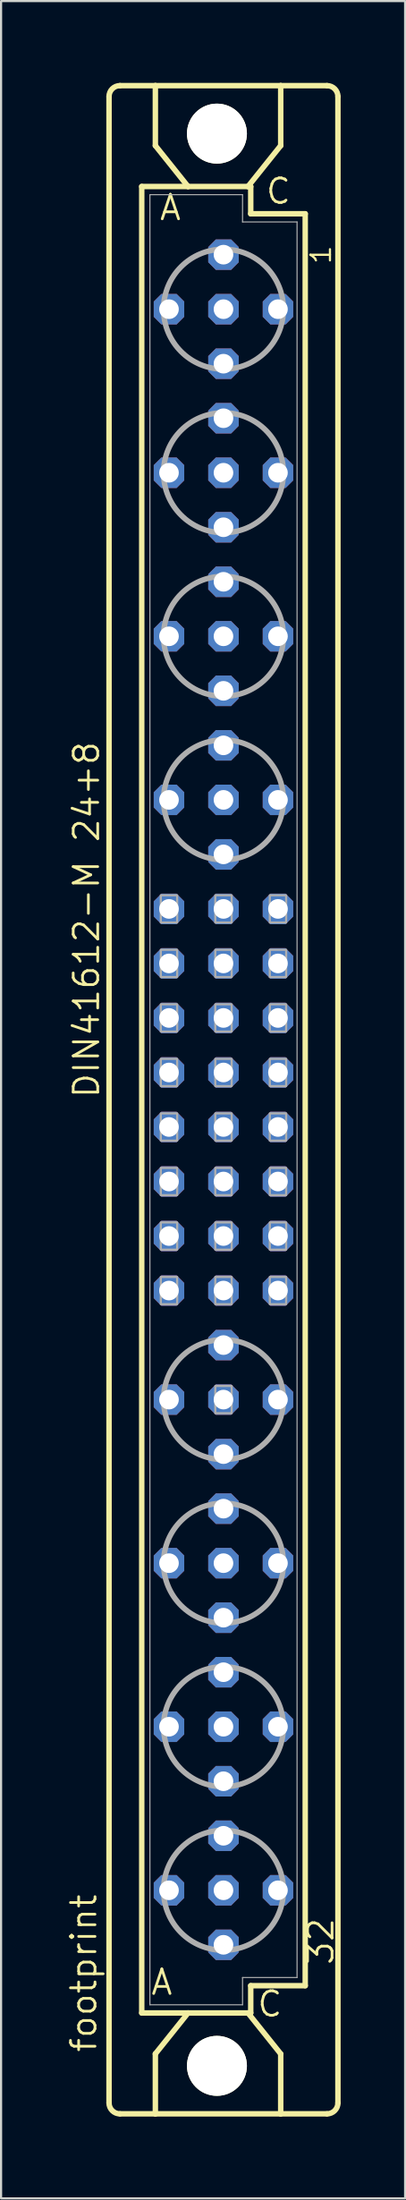
<source format=kicad_pcb>
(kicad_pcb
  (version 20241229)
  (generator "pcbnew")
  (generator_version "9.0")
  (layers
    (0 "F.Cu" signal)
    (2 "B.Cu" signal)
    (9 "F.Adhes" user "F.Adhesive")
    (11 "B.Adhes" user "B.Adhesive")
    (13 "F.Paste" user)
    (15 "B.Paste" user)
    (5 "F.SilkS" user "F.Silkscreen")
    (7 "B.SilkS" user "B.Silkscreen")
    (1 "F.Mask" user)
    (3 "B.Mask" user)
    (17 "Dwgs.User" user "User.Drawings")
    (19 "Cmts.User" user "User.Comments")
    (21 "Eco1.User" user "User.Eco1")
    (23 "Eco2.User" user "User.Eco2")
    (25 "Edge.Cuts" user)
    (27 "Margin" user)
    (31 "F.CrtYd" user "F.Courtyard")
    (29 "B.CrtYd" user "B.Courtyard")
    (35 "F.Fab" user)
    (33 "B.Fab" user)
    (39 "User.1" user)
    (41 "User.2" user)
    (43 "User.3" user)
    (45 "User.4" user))
  (footprint "footprint"
    (layer "F.Cu")
    (at 7.366 48.184)
    (property "Reference" "footprint" (at -5.842 44.45 90) (layer "F.SilkS") (effects (font (size 1.143 1.143) (thickness 0.127)) (justify left bottom)))
    (fp_line (start -5.334 46.736) (end -5.334 -46.736) (stroke (width 0.254) (type solid)) (layer "F.SilkS"))
    (fp_line (start -4.826 -47.244) (end -3.175 -47.244) (stroke (width 0.254) (type solid)) (layer "F.SilkS"))
    (fp_line (start -4.826 47.244) (end -3.175 47.244) (stroke (width 0.254) (type solid)) (layer "F.SilkS"))
    (fp_line (start -3.81 -42.545) (end -3.81 42.545) (stroke (width 0.254) (type solid)) (layer "F.SilkS"))
    (fp_line (start -3.81 42.545) (end -1.651 42.545) (stroke (width 0.254) (type solid)) (layer "F.SilkS"))
    (fp_line (start -3.175 -47.244) (end -3.175 -44.45) (stroke (width 0.254) (type solid)) (layer "F.SilkS"))
    (fp_line (start -3.175 47.244) (end -3.175 44.45) (stroke (width 0.254) (type solid)) (layer "F.SilkS"))
    (fp_line (start -3.175 47.244) (end 2.667 47.244) (stroke (width 0.254) (type solid)) (layer "F.SilkS"))
    (fp_line (start -1.651 -42.545) (end -3.81 -42.545) (stroke (width 0.254) (type solid)) (layer "F.SilkS"))
    (fp_line (start -1.651 -42.545) (end -3.175 -44.45) (stroke (width 0.254) (type solid)) (layer "F.SilkS"))
    (fp_line (start -1.651 42.545) (end -3.175 44.45) (stroke (width 0.254) (type solid)) (layer "F.SilkS"))
    (fp_line (start -1.651 42.545) (end 1.143 42.545) (stroke (width 0.254) (type solid)) (layer "F.SilkS"))
    (fp_line (start 1.143 -42.545) (end -1.651 -42.545) (stroke (width 0.254) (type solid)) (layer "F.SilkS"))
    (fp_line (start 1.143 -42.545) (end 2.667 -44.45) (stroke (width 0.254) (type solid)) (layer "F.SilkS"))
    (fp_line (start 1.143 42.545) (end 1.27 42.545) (stroke (width 0.254) (type solid)) (layer "F.SilkS"))
    (fp_line (start 1.143 42.545) (end 2.667 44.45) (stroke (width 0.254) (type solid)) (layer "F.SilkS"))
    (fp_line (start 1.27 -42.545) (end 1.143 -42.545) (stroke (width 0.254) (type solid)) (layer "F.SilkS"))
    (fp_line (start 1.27 -41.275) (end 1.27 -42.545) (stroke (width 0.254) (type solid)) (layer "F.SilkS"))
    (fp_line (start 1.27 41.275) (end 3.81 41.275) (stroke (width 0.254) (type solid)) (layer "F.SilkS"))
    (fp_line (start 1.27 42.545) (end 1.27 41.275) (stroke (width 0.254) (type solid)) (layer "F.SilkS"))
    (fp_line (start 2.667 -47.244) (end -3.175 -47.244) (stroke (width 0.254) (type solid)) (layer "F.SilkS"))
    (fp_line (start 2.667 -47.244) (end 2.667 -44.45) (stroke (width 0.254) (type solid)) (layer "F.SilkS"))
    (fp_line (start 2.667 47.244) (end 2.667 44.45) (stroke (width 0.254) (type solid)) (layer "F.SilkS"))
    (fp_line (start 2.667 47.244) (end 4.826 47.244) (stroke (width 0.254) (type solid)) (layer "F.SilkS"))
    (fp_line (start 3.81 -41.275) (end 1.27 -41.275) (stroke (width 0.254) (type solid)) (layer "F.SilkS"))
    (fp_line (start 3.81 41.275) (end 3.81 -41.275) (stroke (width 0.254) (type solid)) (layer "F.SilkS"))
    (fp_line (start 4.826 -47.244) (end 2.667 -47.244) (stroke (width 0.254) (type solid)) (layer "F.SilkS"))
    (fp_line (start 5.334 46.736) (end 5.334 -46.736) (stroke (width 0.254) (type solid)) (layer "F.SilkS"))
    (fp_arc (start -5.334 -46.736) (mid -5.18521 -47.09521) (end -4.826 -47.244) (stroke (width 0.254) (type solid)) (layer "F.SilkS"))
    (fp_arc (start -4.826 47.244) (mid -5.18521 47.09521) (end -5.334 46.736) (stroke (width 0.254) (type solid)) (layer "F.SilkS"))
    (fp_arc (start 4.826 -47.244) (mid 5.18521 -47.09521) (end 5.334 -46.736) (stroke (width 0.254) (type solid)) (layer "F.SilkS"))
    (fp_arc (start 5.334 46.736) (mid 5.18521 47.09521) (end 4.826 47.244) (stroke (width 0.254) (type solid)) (layer "F.SilkS"))
    (fp_circle (center -0.305 -45.009) (end 0.965 -45.009) (stroke (width 0.254) (type solid)) (fill no) (layer "F.SilkS"))
    (fp_circle (center -0.305 45.009) (end 0.965 45.009) (stroke (width 0.254) (type solid)) (fill no) (layer "F.SilkS"))
    (fp_line (start -3.429 -42.164) (end -3.429 42.164) (stroke (width 0.051) (type solid)) (layer "F.Fab"))
    (fp_line (start -3.429 -42.164) (end 0.889 -42.164) (stroke (width 0.051) (type solid)) (layer "F.Fab"))
    (fp_line (start -3.429 42.164) (end 0.889 42.164) (stroke (width 0.051) (type solid)) (layer "F.Fab"))
    (fp_line (start 0.889 -42.164) (end 0.889 -40.894) (stroke (width 0.051) (type solid)) (layer "F.Fab"))
    (fp_line (start 0.889 -40.894) (end 3.429 -40.894) (stroke (width 0.051) (type solid)) (layer "F.Fab"))
    (fp_line (start 0.889 40.894) (end 3.429 40.894) (stroke (width 0.051) (type solid)) (layer "F.Fab"))
    (fp_line (start 0.889 42.164) (end 0.889 40.894) (stroke (width 0.051) (type solid)) (layer "F.Fab"))
    (fp_line (start 3.429 -40.894) (end 3.429 40.894) (stroke (width 0.051) (type solid)) (layer "F.Fab"))
    (fp_circle (center 0 -36.83) (end 2.794 -36.83) (stroke (width 0.254) (type solid)) (fill no) (layer "F.Fab"))
    (fp_circle (center 0 -29.21) (end 2.794 -29.21) (stroke (width 0.254) (type solid)) (fill no) (layer "F.Fab"))
    (fp_circle (center 0 -21.59) (end 2.794 -21.59) (stroke (width 0.254) (type solid)) (fill no) (layer "F.Fab"))
    (fp_circle (center 0 -13.97) (end 2.794 -13.97) (stroke (width 0.254) (type solid)) (fill no) (layer "F.Fab"))
    (fp_circle (center 0 13.97) (end 2.794 13.97) (stroke (width 0.254) (type solid)) (fill no) (layer "F.Fab"))
    (fp_circle (center 0 21.59) (end 2.794 21.59) (stroke (width 0.254) (type solid)) (fill no) (layer "F.Fab"))
    (fp_circle (center 0 29.21) (end 2.794 29.21) (stroke (width 0.254) (type solid)) (fill no) (layer "F.Fab"))
    (fp_circle (center 0 36.83) (end 2.794 36.83) (stroke (width 0.254) (type solid)) (fill no) (layer "F.Fab"))
    (fp_poly (pts (xy -2.921 -8.255) (xy -2.159 -8.255) (xy -2.159 -9.525) (xy -2.921 -9.525)) (stroke (width 0.1) (type solid)) (fill no) (layer "F.Fab"))
    (fp_poly (pts (xy -2.921 -5.715) (xy -2.159 -5.715) (xy -2.159 -6.985) (xy -2.921 -6.985)) (stroke (width 0.1) (type solid)) (fill no) (layer "F.Fab"))
    (fp_poly (pts (xy -2.921 -3.175) (xy -2.159 -3.175) (xy -2.159 -4.445) (xy -2.921 -4.445)) (stroke (width 0.1) (type solid)) (fill no) (layer "F.Fab"))
    (fp_poly (pts (xy -2.921 -0.635) (xy -2.159 -0.635) (xy -2.159 -1.905) (xy -2.921 -1.905)) (stroke (width 0.1) (type solid)) (fill no) (layer "F.Fab"))
    (fp_poly (pts (xy -2.921 1.905) (xy -2.159 1.905) (xy -2.159 0.635) (xy -2.921 0.635)) (stroke (width 0.1) (type solid)) (fill no) (layer "F.Fab"))
    (fp_poly (pts (xy -2.921 4.445) (xy -2.159 4.445) (xy -2.159 3.175) (xy -2.921 3.175)) (stroke (width 0.1) (type solid)) (fill no) (layer "F.Fab"))
    (fp_poly (pts (xy -2.921 6.985) (xy -2.159 6.985) (xy -2.159 5.715) (xy -2.921 5.715)) (stroke (width 0.1) (type solid)) (fill no) (layer "F.Fab"))
    (fp_poly (pts (xy -2.921 9.525) (xy -2.159 9.525) (xy -2.159 8.255) (xy -2.921 8.255)) (stroke (width 0.1) (type solid)) (fill no) (layer "F.Fab"))
    (fp_poly (pts (xy -0.381 -8.255) (xy 0.381 -8.255) (xy 0.381 -9.525) (xy -0.381 -9.525)) (stroke (width 0.1) (type solid)) (fill no) (layer "F.Fab"))
    (fp_poly (pts (xy -0.381 -5.715) (xy 0.381 -5.715) (xy 0.381 -6.985) (xy -0.381 -6.985)) (stroke (width 0.1) (type solid)) (fill no) (layer "F.Fab"))
    (fp_poly (pts (xy -0.381 -3.175) (xy 0.381 -3.175) (xy 0.381 -4.445) (xy -0.381 -4.445)) (stroke (width 0.1) (type solid)) (fill no) (layer "F.Fab"))
    (fp_poly (pts (xy -0.381 -0.635) (xy 0.381 -0.635) (xy 0.381 -1.905) (xy -0.381 -1.905)) (stroke (width 0.1) (type solid)) (fill no) (layer "F.Fab"))
    (fp_poly (pts (xy -0.381 1.905) (xy 0.381 1.905) (xy 0.381 0.635) (xy -0.381 0.635)) (stroke (width 0.1) (type solid)) (fill no) (layer "F.Fab"))
    (fp_poly (pts (xy -0.381 4.445) (xy 0.381 4.445) (xy 0.381 3.175) (xy -0.381 3.175)) (stroke (width 0.1) (type solid)) (fill no) (layer "F.Fab"))
    (fp_poly (pts (xy -0.381 6.985) (xy 0.381 6.985) (xy 0.381 5.715) (xy -0.381 5.715)) (stroke (width 0.1) (type solid)) (fill no) (layer "F.Fab"))
    (fp_poly (pts (xy -0.381 9.525) (xy 0.381 9.525) (xy 0.381 8.255) (xy -0.381 8.255)) (stroke (width 0.1) (type solid)) (fill no) (layer "F.Fab"))
    (fp_poly (pts (xy -0.381 14.605) (xy 0.381 14.605) (xy 0.381 13.335) (xy -0.381 13.335)) (stroke (width 0.1) (type solid)) (fill no) (layer "F.Fab"))
    (fp_poly (pts (xy 2.159 -8.255) (xy 2.921 -8.255) (xy 2.921 -9.525) (xy 2.159 -9.525)) (stroke (width 0.1) (type solid)) (fill no) (layer "F.Fab"))
    (fp_poly (pts (xy 2.159 -5.715) (xy 2.921 -5.715) (xy 2.921 -6.985) (xy 2.159 -6.985)) (stroke (width 0.1) (type solid)) (fill no) (layer "F.Fab"))
    (fp_poly (pts (xy 2.159 -3.175) (xy 2.921 -3.175) (xy 2.921 -4.445) (xy 2.159 -4.445)) (stroke (width 0.1) (type solid)) (fill no) (layer "F.Fab"))
    (fp_poly (pts (xy 2.159 -0.635) (xy 2.921 -0.635) (xy 2.921 -1.905) (xy 2.159 -1.905)) (stroke (width 0.1) (type solid)) (fill no) (layer "F.Fab"))
    (fp_poly (pts (xy 2.159 1.905) (xy 2.921 1.905) (xy 2.921 0.635) (xy 2.159 0.635)) (stroke (width 0.1) (type solid)) (fill no) (layer "F.Fab"))
    (fp_poly (pts (xy 2.159 4.445) (xy 2.921 4.445) (xy 2.921 3.175) (xy 2.159 3.175)) (stroke (width 0.1) (type solid)) (fill no) (layer "F.Fab"))
    (fp_poly (pts (xy 2.159 6.985) (xy 2.921 6.985) (xy 2.921 5.715) (xy 2.159 5.715)) (stroke (width 0.1) (type solid)) (fill no) (layer "F.Fab"))
    (fp_poly (pts (xy 2.159 9.525) (xy 2.921 9.525) (xy 2.921 8.255) (xy 2.159 8.255)) (stroke (width 0.1) (type solid)) (fill no) (layer "F.Fab"))
    (fp_text user "DIN41612-M 24+8" (at -5.715 0 90) (layer "F.SilkS") (effects (font (size 1.143 1.143) (thickness 0.127)) (justify left bottom)))
    (fp_text user "1" (at 5.08 -38.862 90) (layer "F.SilkS") (effects (font (size 0.914 0.914) (thickness 0.102)) (justify left bottom)))
    (fp_text user " A " (at -4.318 41.783 0) (layer "F.SilkS") (effects (font (size 1.143 1.143) (thickness 0.127)) (justify left bottom)))
    (fp_text user "C" (at 1.905 -41.656 0) (layer "F.SilkS") (effects (font (size 1.143 1.143) (thickness 0.127)) (justify left bottom)))
    (fp_text user "A" (at -3.048 -40.894 0) (layer "F.SilkS") (effects (font (size 1.143 1.143) (thickness 0.127)) (justify left bottom)))
    (fp_text user " C " (at 0.635 42.799 0) (layer "F.SilkS") (effects (font (size 1.143 1.143) (thickness 0.127)) (justify left bottom)))
    (fp_text user "32" (at 5.207 40.386 90) (layer "F.SilkS") (effects (font (size 1.143 1.143) (thickness 0.127)) (justify left bottom)))
    (pad "" np_thru_hole circle (at -0.305 -45.009) (size 2.794 2.794) (drill 2.794) (layers "*.Cu" "*.Mask"))
    (pad "" np_thru_hole circle (at -0.305 45.009) (size 2.794 2.794) (drill 2.794) (layers "*.Cu" "*.Mask"))
    (pad "A2" thru_hole roundrect (at -2.54 -36.83) (size 1.422 1.422) (drill 0.914) (layers "*.Cu" "*.Mask") (roundrect_rratio 0.25) (chamfer_ratio 0.25) (chamfer top_left top_right bottom_left bottom_right))
    (pad "A5" thru_hole roundrect (at -2.54 -29.21) (size 1.422 1.422) (drill 0.914) (layers "*.Cu" "*.Mask") (roundrect_rratio 0.25) (chamfer_ratio 0.25) (chamfer top_left top_right bottom_left bottom_right))
    (pad "A8" thru_hole roundrect (at -2.54 -21.59) (size 1.422 1.422) (drill 0.914) (layers "*.Cu" "*.Mask") (roundrect_rratio 0.25) (chamfer_ratio 0.25) (chamfer top_left top_right bottom_left bottom_right))
    (pad "A11" thru_hole roundrect (at -2.54 -13.97) (size 1.422 1.422) (drill 0.914) (layers "*.Cu" "*.Mask") (roundrect_rratio 0.25) (chamfer_ratio 0.25) (chamfer top_left top_right bottom_left bottom_right))
    (pad "A13" thru_hole roundrect (at -2.54 -8.89) (size 1.422 1.422) (drill 0.914) (layers "*.Cu" "*.Mask") (roundrect_rratio 0.25) (chamfer_ratio 0.25) (chamfer top_left top_right bottom_left bottom_right))
    (pad "A14" thru_hole roundrect (at -2.54 -6.35) (size 1.422 1.422) (drill 0.914) (layers "*.Cu" "*.Mask") (roundrect_rratio 0.25) (chamfer_ratio 0.25) (chamfer top_left top_right bottom_left bottom_right))
    (pad "A15" thru_hole roundrect (at -2.54 -3.81) (size 1.422 1.422) (drill 0.914) (layers "*.Cu" "*.Mask") (roundrect_rratio 0.25) (chamfer_ratio 0.25) (chamfer top_left top_right bottom_left bottom_right))
    (pad "A16" thru_hole roundrect (at -2.54 -1.27) (size 1.422 1.422) (drill 0.914) (layers "*.Cu" "*.Mask") (roundrect_rratio 0.25) (chamfer_ratio 0.25) (chamfer top_left top_right bottom_left bottom_right))
    (pad "A17" thru_hole roundrect (at -2.54 1.27) (size 1.422 1.422) (drill 0.914) (layers "*.Cu" "*.Mask") (roundrect_rratio 0.25) (chamfer_ratio 0.25) (chamfer top_left top_right bottom_left bottom_right))
    (pad "A18" thru_hole roundrect (at -2.54 3.81) (size 1.422 1.422) (drill 0.914) (layers "*.Cu" "*.Mask") (roundrect_rratio 0.25) (chamfer_ratio 0.25) (chamfer top_left top_right bottom_left bottom_right))
    (pad "A19" thru_hole roundrect (at -2.54 6.35) (size 1.422 1.422) (drill 0.914) (layers "*.Cu" "*.Mask") (roundrect_rratio 0.25) (chamfer_ratio 0.25) (chamfer top_left top_right bottom_left bottom_right))
    (pad "A20" thru_hole roundrect (at -2.54 8.89) (size 1.422 1.422) (drill 0.914) (layers "*.Cu" "*.Mask") (roundrect_rratio 0.25) (chamfer_ratio 0.25) (chamfer top_left top_right bottom_left bottom_right))
    (pad "A22" thru_hole roundrect (at -2.54 13.97) (size 1.422 1.422) (drill 0.914) (layers "*.Cu" "*.Mask") (roundrect_rratio 0.25) (chamfer_ratio 0.25) (chamfer top_left top_right bottom_left bottom_right))
    (pad "A25" thru_hole roundrect (at -2.54 21.59) (size 1.422 1.422) (drill 0.914) (layers "*.Cu" "*.Mask") (roundrect_rratio 0.25) (chamfer_ratio 0.25) (chamfer top_left top_right bottom_left bottom_right))
    (pad "A28" thru_hole roundrect (at -2.54 29.21) (size 1.422 1.422) (drill 0.914) (layers "*.Cu" "*.Mask") (roundrect_rratio 0.25) (chamfer_ratio 0.25) (chamfer top_left top_right bottom_left bottom_right))
    (pad "A31" thru_hole roundrect (at -2.54 36.83) (size 1.422 1.422) (drill 0.914) (layers "*.Cu" "*.Mask") (roundrect_rratio 0.25) (chamfer_ratio 0.25) (chamfer top_left top_right bottom_left bottom_right))
    (pad "B1" thru_hole roundrect (at 0 -39.37) (size 1.422 1.422) (drill 0.914) (layers "*.Cu" "*.Mask") (roundrect_rratio 0.25) (chamfer_ratio 0.25) (chamfer top_left top_right bottom_left bottom_right))
    (pad "B2" thru_hole roundrect (at 0 -36.83) (size 1.422 1.422) (drill 0.914) (layers "*.Cu" "*.Mask") (roundrect_rratio 0.25) (chamfer_ratio 0.25) (chamfer top_left top_right bottom_left bottom_right))
    (pad "B3" thru_hole roundrect (at 0 -34.29) (size 1.422 1.422) (drill 0.914) (layers "*.Cu" "*.Mask") (roundrect_rratio 0.25) (chamfer_ratio 0.25) (chamfer top_left top_right bottom_left bottom_right))
    (pad "B4" thru_hole roundrect (at 0 -31.75) (size 1.422 1.422) (drill 0.914) (layers "*.Cu" "*.Mask") (roundrect_rratio 0.25) (chamfer_ratio 0.25) (chamfer top_left top_right bottom_left bottom_right))
    (pad "B5" thru_hole roundrect (at 0 -29.21) (size 1.422 1.422) (drill 0.914) (layers "*.Cu" "*.Mask") (roundrect_rratio 0.25) (chamfer_ratio 0.25) (chamfer top_left top_right bottom_left bottom_right))
    (pad "B6" thru_hole roundrect (at 0 -26.67) (size 1.422 1.422) (drill 0.914) (layers "*.Cu" "*.Mask") (roundrect_rratio 0.25) (chamfer_ratio 0.25) (chamfer top_left top_right bottom_left bottom_right))
    (pad "B7" thru_hole roundrect (at 0 -24.13) (size 1.422 1.422) (drill 0.914) (layers "*.Cu" "*.Mask") (roundrect_rratio 0.25) (chamfer_ratio 0.25) (chamfer top_left top_right bottom_left bottom_right))
    (pad "B8" thru_hole roundrect (at 0 -21.59) (size 1.422 1.422) (drill 0.914) (layers "*.Cu" "*.Mask") (roundrect_rratio 0.25) (chamfer_ratio 0.25) (chamfer top_left top_right bottom_left bottom_right))
    (pad "B9" thru_hole roundrect (at 0 -19.05) (size 1.422 1.422) (drill 0.914) (layers "*.Cu" "*.Mask") (roundrect_rratio 0.25) (chamfer_ratio 0.25) (chamfer top_left top_right bottom_left bottom_right))
    (pad "B10" thru_hole roundrect (at 0 -16.51) (size 1.422 1.422) (drill 0.914) (layers "*.Cu" "*.Mask") (roundrect_rratio 0.25) (chamfer_ratio 0.25) (chamfer top_left top_right bottom_left bottom_right))
    (pad "B11" thru_hole roundrect (at 0 -13.97) (size 1.422 1.422) (drill 0.914) (layers "*.Cu" "*.Mask") (roundrect_rratio 0.25) (chamfer_ratio 0.25) (chamfer top_left top_right bottom_left bottom_right))
    (pad "B12" thru_hole roundrect (at 0 -11.43) (size 1.422 1.422) (drill 0.914) (layers "*.Cu" "*.Mask") (roundrect_rratio 0.25) (chamfer_ratio 0.25) (chamfer top_left top_right bottom_left bottom_right))
    (pad "B13" thru_hole roundrect (at 0 -8.89) (size 1.422 1.422) (drill 0.914) (layers "*.Cu" "*.Mask") (roundrect_rratio 0.25) (chamfer_ratio 0.25) (chamfer top_left top_right bottom_left bottom_right))
    (pad "B14" thru_hole roundrect (at 0 -6.35) (size 1.422 1.422) (drill 0.914) (layers "*.Cu" "*.Mask") (roundrect_rratio 0.25) (chamfer_ratio 0.25) (chamfer top_left top_right bottom_left bottom_right))
    (pad "B15" thru_hole roundrect (at 0 -3.81) (size 1.422 1.422) (drill 0.914) (layers "*.Cu" "*.Mask") (roundrect_rratio 0.25) (chamfer_ratio 0.25) (chamfer top_left top_right bottom_left bottom_right))
    (pad "B16" thru_hole roundrect (at 0 -1.27) (size 1.422 1.422) (drill 0.914) (layers "*.Cu" "*.Mask") (roundrect_rratio 0.25) (chamfer_ratio 0.25) (chamfer top_left top_right bottom_left bottom_right))
    (pad "B17" thru_hole roundrect (at 0 1.27) (size 1.422 1.422) (drill 0.914) (layers "*.Cu" "*.Mask") (roundrect_rratio 0.25) (chamfer_ratio 0.25) (chamfer top_left top_right bottom_left bottom_right))
    (pad "B18" thru_hole roundrect (at 0 3.81) (size 1.422 1.422) (drill 0.914) (layers "*.Cu" "*.Mask") (roundrect_rratio 0.25) (chamfer_ratio 0.25) (chamfer top_left top_right bottom_left bottom_right))
    (pad "B19" thru_hole roundrect (at 0 6.35) (size 1.422 1.422) (drill 0.914) (layers "*.Cu" "*.Mask") (roundrect_rratio 0.25) (chamfer_ratio 0.25) (chamfer top_left top_right bottom_left bottom_right))
    (pad "B20" thru_hole roundrect (at 0 8.89) (size 1.422 1.422) (drill 0.914) (layers "*.Cu" "*.Mask") (roundrect_rratio 0.25) (chamfer_ratio 0.25) (chamfer top_left top_right bottom_left bottom_right))
    (pad "B21" thru_hole roundrect (at 0 11.43) (size 1.422 1.422) (drill 0.914) (layers "*.Cu" "*.Mask") (roundrect_rratio 0.25) (chamfer_ratio 0.25) (chamfer top_left top_right bottom_left bottom_right))
    (pad "B22" thru_hole roundrect (at 0 13.97) (size 1.422 1.422) (drill 0.914) (layers "*.Cu" "*.Mask") (roundrect_rratio 0.25) (chamfer_ratio 0.25) (chamfer top_left top_right bottom_left bottom_right))
    (pad "B23" thru_hole roundrect (at 0 16.51) (size 1.422 1.422) (drill 0.914) (layers "*.Cu" "*.Mask") (roundrect_rratio 0.25) (chamfer_ratio 0.25) (chamfer top_left top_right bottom_left bottom_right))
    (pad "B24" thru_hole roundrect (at 0 19.05) (size 1.422 1.422) (drill 0.914) (layers "*.Cu" "*.Mask") (roundrect_rratio 0.25) (chamfer_ratio 0.25) (chamfer top_left top_right bottom_left bottom_right))
    (pad "B25" thru_hole roundrect (at 0 21.59) (size 1.422 1.422) (drill 0.914) (layers "*.Cu" "*.Mask") (roundrect_rratio 0.25) (chamfer_ratio 0.25) (chamfer top_left top_right bottom_left bottom_right))
    (pad "B26" thru_hole roundrect (at 0 24.13) (size 1.422 1.422) (drill 0.914) (layers "*.Cu" "*.Mask") (roundrect_rratio 0.25) (chamfer_ratio 0.25) (chamfer top_left top_right bottom_left bottom_right))
    (pad "B27" thru_hole roundrect (at 0 26.67) (size 1.422 1.422) (drill 0.914) (layers "*.Cu" "*.Mask") (roundrect_rratio 0.25) (chamfer_ratio 0.25) (chamfer top_left top_right bottom_left bottom_right))
    (pad "B28" thru_hole roundrect (at 0 29.21) (size 1.422 1.422) (drill 0.914) (layers "*.Cu" "*.Mask") (roundrect_rratio 0.25) (chamfer_ratio 0.25) (chamfer top_left top_right bottom_left bottom_right))
    (pad "B29" thru_hole roundrect (at 0 31.75) (size 1.422 1.422) (drill 0.914) (layers "*.Cu" "*.Mask") (roundrect_rratio 0.25) (chamfer_ratio 0.25) (chamfer top_left top_right bottom_left bottom_right))
    (pad "B30" thru_hole roundrect (at 0 34.29) (size 1.422 1.422) (drill 0.914) (layers "*.Cu" "*.Mask") (roundrect_rratio 0.25) (chamfer_ratio 0.25) (chamfer top_left top_right bottom_left bottom_right))
    (pad "B31" thru_hole roundrect (at 0 36.83) (size 1.422 1.422) (drill 0.914) (layers "*.Cu" "*.Mask") (roundrect_rratio 0.25) (chamfer_ratio 0.25) (chamfer top_left top_right bottom_left bottom_right))
    (pad "B32" thru_hole roundrect (at 0 39.37) (size 1.422 1.422) (drill 0.914) (layers "*.Cu" "*.Mask") (roundrect_rratio 0.25) (chamfer_ratio 0.25) (chamfer top_left top_right bottom_left bottom_right))
    (pad "C2" thru_hole roundrect (at 2.54 -36.83) (size 1.422 1.422) (drill 0.914) (layers "*.Cu" "*.Mask") (roundrect_rratio 0.25) (chamfer_ratio 0.25) (chamfer top_left top_right bottom_left bottom_right))
    (pad "C5" thru_hole roundrect (at 2.54 -29.21) (size 1.422 1.422) (drill 0.914) (layers "*.Cu" "*.Mask") (roundrect_rratio 0.25) (chamfer_ratio 0.25) (chamfer top_left top_right bottom_left bottom_right))
    (pad "C8" thru_hole roundrect (at 2.54 -21.59) (size 1.422 1.422) (drill 0.914) (layers "*.Cu" "*.Mask") (roundrect_rratio 0.25) (chamfer_ratio 0.25) (chamfer top_left top_right bottom_left bottom_right))
    (pad "C11" thru_hole roundrect (at 2.54 -13.97) (size 1.422 1.422) (drill 0.914) (layers "*.Cu" "*.Mask") (roundrect_rratio 0.25) (chamfer_ratio 0.25) (chamfer top_left top_right bottom_left bottom_right))
    (pad "C13" thru_hole roundrect (at 2.54 -8.89) (size 1.422 1.422) (drill 0.914) (layers "*.Cu" "*.Mask") (roundrect_rratio 0.25) (chamfer_ratio 0.25) (chamfer top_left top_right bottom_left bottom_right))
    (pad "C14" thru_hole roundrect (at 2.54 -6.35) (size 1.422 1.422) (drill 0.914) (layers "*.Cu" "*.Mask") (roundrect_rratio 0.25) (chamfer_ratio 0.25) (chamfer top_left top_right bottom_left bottom_right))
    (pad "C15" thru_hole roundrect (at 2.54 -3.81) (size 1.422 1.422) (drill 0.914) (layers "*.Cu" "*.Mask") (roundrect_rratio 0.25) (chamfer_ratio 0.25) (chamfer top_left top_right bottom_left bottom_right))
    (pad "C16" thru_hole roundrect (at 2.54 -1.27) (size 1.422 1.422) (drill 0.914) (layers "*.Cu" "*.Mask") (roundrect_rratio 0.25) (chamfer_ratio 0.25) (chamfer top_left top_right bottom_left bottom_right))
    (pad "C17" thru_hole roundrect (at 2.54 1.27) (size 1.422 1.422) (drill 0.914) (layers "*.Cu" "*.Mask") (roundrect_rratio 0.25) (chamfer_ratio 0.25) (chamfer top_left top_right bottom_left bottom_right))
    (pad "C18" thru_hole roundrect (at 2.54 3.81) (size 1.422 1.422) (drill 0.914) (layers "*.Cu" "*.Mask") (roundrect_rratio 0.25) (chamfer_ratio 0.25) (chamfer top_left top_right bottom_left bottom_right))
    (pad "C19" thru_hole roundrect (at 2.54 6.35) (size 1.422 1.422) (drill 0.914) (layers "*.Cu" "*.Mask") (roundrect_rratio 0.25) (chamfer_ratio 0.25) (chamfer top_left top_right bottom_left bottom_right))
    (pad "C20" thru_hole roundrect (at 2.54 8.89) (size 1.422 1.422) (drill 0.914) (layers "*.Cu" "*.Mask") (roundrect_rratio 0.25) (chamfer_ratio 0.25) (chamfer top_left top_right bottom_left bottom_right))
    (pad "C22" thru_hole roundrect (at 2.54 13.97) (size 1.422 1.422) (drill 0.914) (layers "*.Cu" "*.Mask") (roundrect_rratio 0.25) (chamfer_ratio 0.25) (chamfer top_left top_right bottom_left bottom_right))
    (pad "C25" thru_hole roundrect (at 2.54 21.59) (size 1.422 1.422) (drill 0.914) (layers "*.Cu" "*.Mask") (roundrect_rratio 0.25) (chamfer_ratio 0.25) (chamfer top_left top_right bottom_left bottom_right))
    (pad "C28" thru_hole roundrect (at 2.54 29.21) (size 1.422 1.422) (drill 0.914) (layers "*.Cu" "*.Mask") (roundrect_rratio 0.25) (chamfer_ratio 0.25) (chamfer top_left top_right bottom_left bottom_right))
    (pad "C31" thru_hole roundrect (at 2.54 36.83) (size 1.422 1.422) (drill 0.914) (layers "*.Cu" "*.Mask") (roundrect_rratio 0.25) (chamfer_ratio 0.25) (chamfer top_left top_right bottom_left bottom_right))
    (zone (net_name "") (layers "F.Cu" "B.Cu") (hatch edge 0.508) (connect_pads) (min_thickness 0.254) (filled_areas_thickness no) (keepout (tracks allowed) (vias not_allowed) (pads allowed) (copperpour allowed) (footprints allowed)) (placement (enabled no)) (fill) (polygon (pts (xy 10.236 3.175) (xy 10.188 2.624) (xy 10.045 2.089) (xy 9.811 1.587) (xy 9.493 1.134) (xy 9.102 0.743) (xy 8.649 0.425) (xy 8.147 0.191) (xy 7.613 0.048) (xy 7.061 0) (xy 6.51 0.048) (xy 5.975 0.191) (xy 5.474 0.425) (xy 5.02 0.743) (xy 4.629 1.134) (xy 4.312 1.587) (xy 4.078 2.089) (xy 3.934 2.624) (xy 3.886 3.175) (xy 3.934 3.726) (xy 4.078 4.261) (xy 4.312 4.763) (xy 4.629 5.216) (xy 5.02 5.607) (xy 5.474 5.925) (xy 5.975 6.159) (xy 6.51 6.302) (xy 7.061 6.35) (xy 7.613 6.302) (xy 8.147 6.159) (xy 8.649 5.925) (xy 9.102 5.607) (xy 9.493 5.216) (xy 9.811 4.763) (xy 10.045 4.261) (xy 10.188 3.726))) (polygon (pts (xy 8.458 3.175) (xy 8.437 2.932) (xy 8.374 2.697) (xy 8.271 2.477) (xy 8.131 2.277) (xy 7.959 2.105) (xy 7.76 1.965) (xy 7.539 1.862) (xy 7.304 1.799) (xy 7.061 1.778) (xy 6.819 1.799) (xy 6.583 1.862) (xy 6.363 1.965) (xy 6.163 2.105) (xy 5.991 2.277) (xy 5.851 2.477) (xy 5.748 2.697) (xy 5.685 2.932) (xy 5.664 3.175) (xy 5.685 3.418) (xy 5.748 3.653) (xy 5.851 3.873) (xy 5.991 4.073) (xy 6.163 4.245) (xy 6.363 4.385) (xy 6.583 4.488) (xy 6.819 4.551) (xy 7.061 4.572) (xy 7.304 4.551) (xy 7.539 4.488) (xy 7.76 4.385) (xy 7.959 4.245) (xy 8.131 4.073) (xy 8.271 3.873) (xy 8.374 3.653) (xy 8.437 3.418))))
    (zone (net_name "") (layers "F.Cu" "B.Cu") (hatch edge 0.508) (connect_pads) (min_thickness 0.254) (filled_areas_thickness no) (keepout (tracks allowed) (vias not_allowed) (pads allowed) (copperpour allowed) (footprints allowed)) (placement (enabled no)) (fill) (polygon (pts (xy 10.236 93.193) (xy 10.188 92.641) (xy 10.045 92.107) (xy 9.811 91.605) (xy 9.493 91.152) (xy 9.102 90.76) (xy 8.649 90.443) (xy 8.147 90.209) (xy 7.613 90.066) (xy 7.061 90.018) (xy 6.51 90.066) (xy 5.975 90.209) (xy 5.474 90.443) (xy 5.02 90.76) (xy 4.629 91.152) (xy 4.312 91.605) (xy 4.078 92.107) (xy 3.934 92.641) (xy 3.886 93.193) (xy 3.934 93.744) (xy 4.078 94.279) (xy 4.312 94.78) (xy 4.629 95.233) (xy 5.02 95.625) (xy 5.474 95.942) (xy 5.975 96.176) (xy 6.51 96.319) (xy 7.061 96.368) (xy 7.613 96.319) (xy 8.147 96.176) (xy 8.649 95.942) (xy 9.102 95.625) (xy 9.493 95.233) (xy 9.811 94.78) (xy 10.045 94.279) (xy 10.188 93.744))) (polygon (pts (xy 8.458 93.193) (xy 8.437 92.95) (xy 8.374 92.715) (xy 8.271 92.494) (xy 8.131 92.295) (xy 7.959 92.122) (xy 7.76 91.983) (xy 7.539 91.88) (xy 7.304 91.817) (xy 7.061 91.796) (xy 6.819 91.817) (xy 6.583 91.88) (xy 6.363 91.983) (xy 6.163 92.122) (xy 5.991 92.295) (xy 5.851 92.494) (xy 5.748 92.715) (xy 5.685 92.95) (xy 5.664 93.193) (xy 5.685 93.435) (xy 5.748 93.67) (xy 5.851 93.891) (xy 5.991 94.091) (xy 6.163 94.263) (xy 6.363 94.402) (xy 6.583 94.505) (xy 6.819 94.568) (xy 7.061 94.59) (xy 7.304 94.568) (xy 7.539 94.505) (xy 7.76 94.402) (xy 7.959 94.263) (xy 8.131 94.091) (xy 8.271 93.891) (xy 8.374 93.67) (xy 8.437 93.435))))
    (zone (net_name "") (layer "B.Cu") (hatch edge 0.508) (connect_pads) (min_thickness 0.254) (filled_areas_thickness no) (keepout (tracks not_allowed) (vias not_allowed) (pads not_allowed) (copperpour not_allowed) (footprints allowed)) (placement (enabled no)) (fill) (polygon (pts (xy 10.236 3.175) (xy 10.188 2.624) (xy 10.045 2.089) (xy 9.811 1.587) (xy 9.493 1.134) (xy 9.102 0.743) (xy 8.649 0.425) (xy 8.147 0.191) (xy 7.613 0.048) (xy 7.061 0) (xy 6.51 0.048) (xy 5.975 0.191) (xy 5.474 0.425) (xy 5.02 0.743) (xy 4.629 1.134) (xy 4.312 1.587) (xy 4.078 2.089) (xy 3.934 2.624) (xy 3.886 3.175) (xy 3.934 3.726) (xy 4.078 4.261) (xy 4.312 4.763) (xy 4.629 5.216) (xy 5.02 5.607) (xy 5.474 5.925) (xy 5.975 6.159) (xy 6.51 6.302) (xy 7.061 6.35) (xy 7.613 6.302) (xy 8.147 6.159) (xy 8.649 5.925) (xy 9.102 5.607) (xy 9.493 5.216) (xy 9.811 4.763) (xy 10.045 4.261) (xy 10.188 3.726))) (polygon (pts (xy 8.458 3.175) (xy 8.437 2.932) (xy 8.374 2.697) (xy 8.271 2.477) (xy 8.131 2.277) (xy 7.959 2.105) (xy 7.76 1.965) (xy 7.539 1.862) (xy 7.304 1.799) (xy 7.061 1.778) (xy 6.819 1.799) (xy 6.583 1.862) (xy 6.363 1.965) (xy 6.163 2.105) (xy 5.991 2.277) (xy 5.851 2.477) (xy 5.748 2.697) (xy 5.685 2.932) (xy 5.664 3.175) (xy 5.685 3.418) (xy 5.748 3.653) (xy 5.851 3.873) (xy 5.991 4.073) (xy 6.163 4.245) (xy 6.363 4.385) (xy 6.583 4.488) (xy 6.819 4.551) (xy 7.061 4.572) (xy 7.304 4.551) (xy 7.539 4.488) (xy 7.76 4.385) (xy 7.959 4.245) (xy 8.131 4.073) (xy 8.271 3.873) (xy 8.374 3.653) (xy 8.437 3.418))))
    (zone (net_name "") (layer "B.Cu") (hatch edge 0.508) (connect_pads) (min_thickness 0.254) (filled_areas_thickness no) (keepout (tracks not_allowed) (vias not_allowed) (pads not_allowed) (copperpour not_allowed) (footprints allowed)) (placement (enabled no)) (fill) (polygon (pts (xy 10.236 93.193) (xy 10.188 92.641) (xy 10.045 92.107) (xy 9.811 91.605) (xy 9.493 91.152) (xy 9.102 90.76) (xy 8.649 90.443) (xy 8.147 90.209) (xy 7.613 90.066) (xy 7.061 90.018) (xy 6.51 90.066) (xy 5.975 90.209) (xy 5.474 90.443) (xy 5.02 90.76) (xy 4.629 91.152) (xy 4.312 91.605) (xy 4.078 92.107) (xy 3.934 92.641) (xy 3.886 93.193) (xy 3.934 93.744) (xy 4.078 94.279) (xy 4.312 94.78) (xy 4.629 95.233) (xy 5.02 95.625) (xy 5.474 95.942) (xy 5.975 96.176) (xy 6.51 96.319) (xy 7.061 96.368) (xy 7.613 96.319) (xy 8.147 96.176) (xy 8.649 95.942) (xy 9.102 95.625) (xy 9.493 95.233) (xy 9.811 94.78) (xy 10.045 94.279) (xy 10.188 93.744))) (polygon (pts (xy 8.458 93.193) (xy 8.437 92.95) (xy 8.374 92.715) (xy 8.271 92.494) (xy 8.131 92.295) (xy 7.959 92.122) (xy 7.76 91.983) (xy 7.539 91.88) (xy 7.304 91.817) (xy 7.061 91.796) (xy 6.819 91.817) (xy 6.583 91.88) (xy 6.363 91.983) (xy 6.163 92.122) (xy 5.991 92.295) (xy 5.851 92.494) (xy 5.748 92.715) (xy 5.685 92.95) (xy 5.664 93.193) (xy 5.685 93.435) (xy 5.748 93.67) (xy 5.851 93.891) (xy 5.991 94.091) (xy 6.163 94.263) (xy 6.363 94.402) (xy 6.583 94.505) (xy 6.819 94.568) (xy 7.061 94.59) (xy 7.304 94.568) (xy 7.539 94.505) (xy 7.76 94.402) (xy 7.959 94.263) (xy 8.131 94.091) (xy 8.271 93.891) (xy 8.374 93.67) (xy 8.437 93.435)))))
  (gr_rect
    (start -3 -3)
    (end 15.832 99.368)
    (stroke (width 0.1) (type default))
    (fill no)
    (layer "Edge.Cuts")))
</source>
